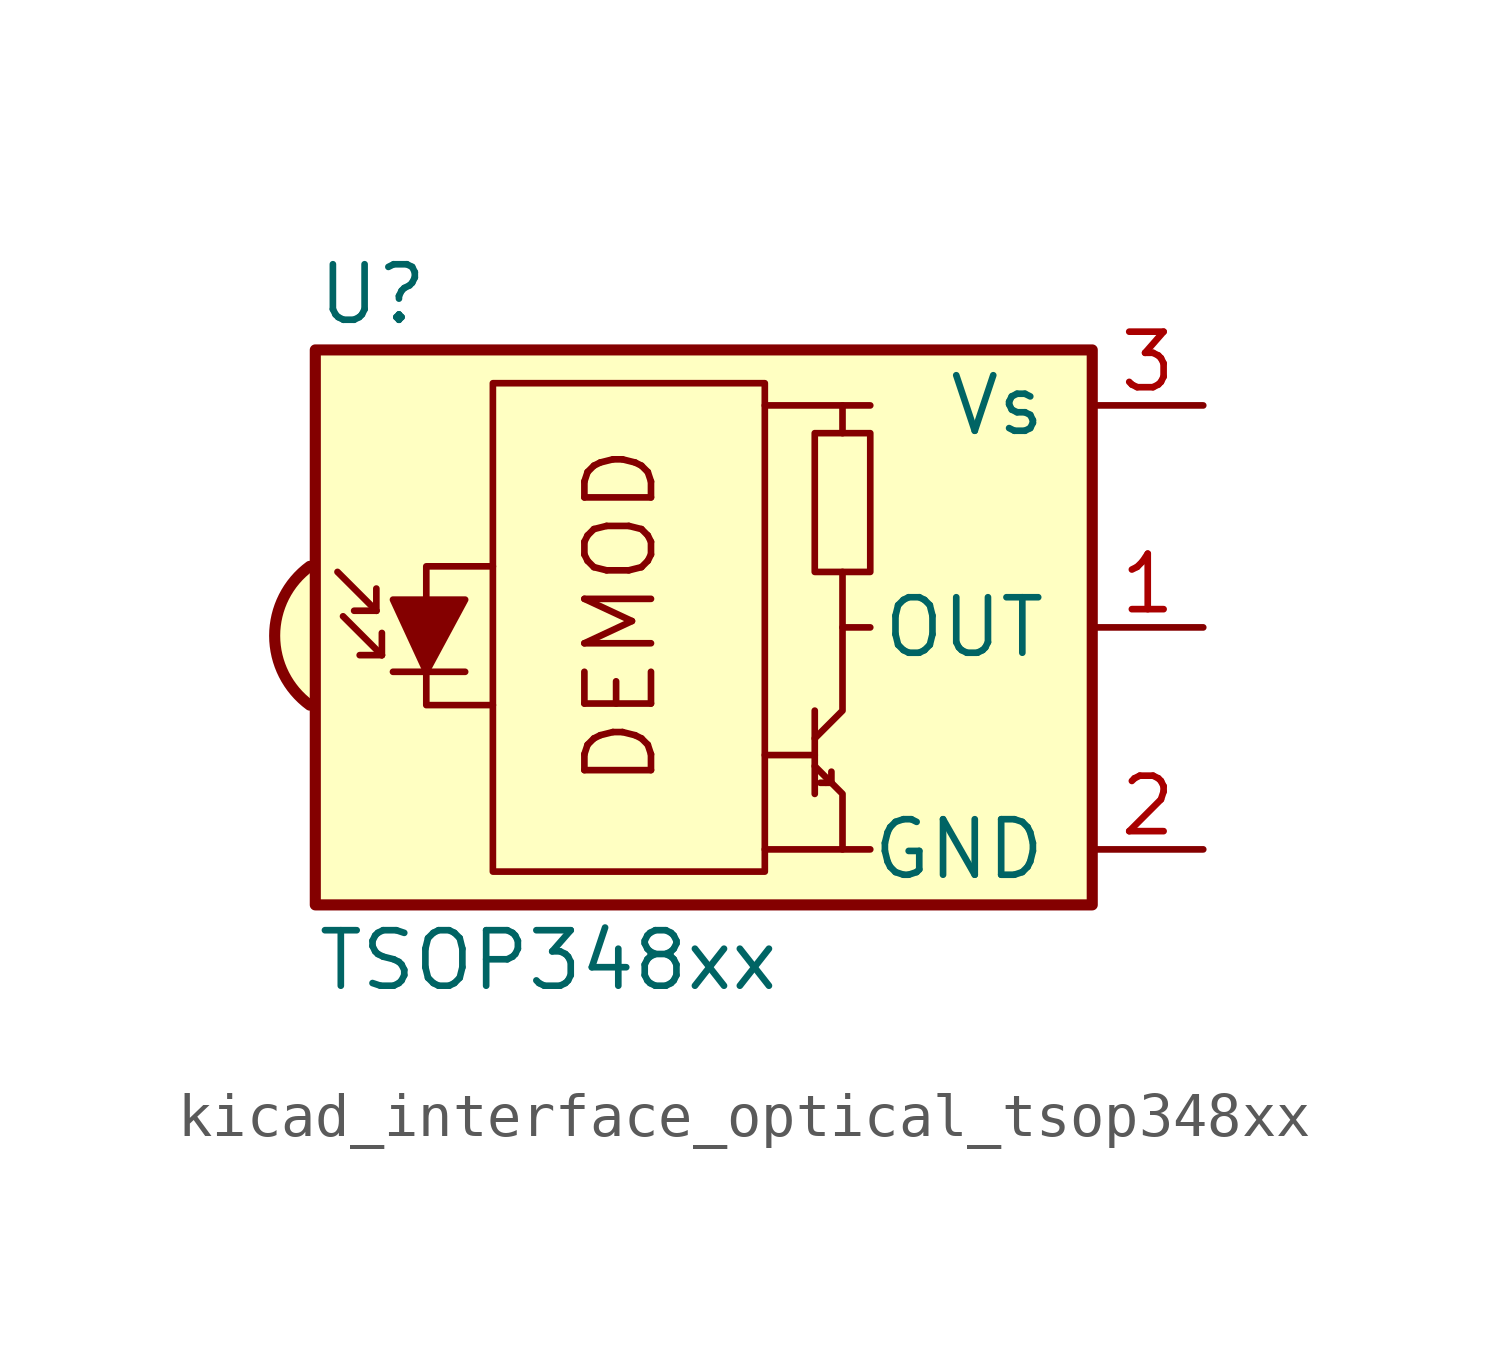
<source format=kicad_sym>
(kicad_symbol_lib
  (version 20220914)
  (generator kicad_symbol_editor)
  (symbol "kicad_interface_optical_tsop348xx"
    (pin_names
      (offset 1.016))
    (property "Reference" "U"
      (at -10.16 7.62 0)
      (effects (font (size 1.27 1.27)) (justify left)))
    (property "Value" "TSOP348xx"
      (at -10.16 -7.62 0)
      (effects (font (size 1.27 1.27)) (justify left)))
    (symbol "kicad_interface_optical_tsop348xx_0_0"
      (arc (start -10.287 1.397) (mid -11.0899 -0.1852) (end -10.287 -1.778) (stroke (width 0.254) (type default)) (fill (type background)))
      (polyline (pts (xy 1.905 -5.08) (xy 0.127 -5.08)) (stroke (width 0) (type default)) (fill (type none)))
      (polyline (pts (xy 1.905 5.08) (xy 0.127 5.08)) (stroke (width 0) (type default)) (fill (type none)))
      (text "DEMOD" (at -3.175 0.254 900) (effects (font (size 1.524 1.524)))))
    (symbol "kicad_interface_optical_tsop348xx_0_1"
      (rectangle (start -6.096 5.588) (end 0.127 -5.588) (stroke (width 0) (type default)) (fill (type none)))
      (polyline (pts (xy -8.763 0.381) (xy -9.652 1.27)) (stroke (width 0) (type default)) (fill (type none)))
      (polyline (pts (xy -8.763 0.381) (xy -9.271 0.381)) (stroke (width 0) (type default)) (fill (type none)))
      (polyline (pts (xy -8.763 0.381) (xy -8.763 0.889)) (stroke (width 0) (type default)) (fill (type none)))
      (polyline (pts (xy -8.636 -0.635) (xy -9.525 0.254)) (stroke (width 0) (type default)) (fill (type none)))
      (polyline (pts (xy -8.636 -0.635) (xy -9.144 -0.635)) (stroke (width 0) (type default)) (fill (type none)))
      (polyline (pts (xy -8.636 -0.635) (xy -8.636 -0.127)) (stroke (width 0) (type default)) (fill (type none)))
      (polyline (pts (xy -8.382 -1.016) (xy -6.731 -1.016)) (stroke (width 0) (type default)) (fill (type none)))
      (polyline (pts (xy 1.27 -2.921) (xy 0.127 -2.921)) (stroke (width 0) (type default)) (fill (type none)))
      (polyline (pts (xy 1.27 -1.905) (xy 1.27 -3.81)) (stroke (width 0) (type default)) (fill (type none)))
      (polyline (pts (xy 1.397 -3.556) (xy 1.524 -3.556)) (stroke (width 0) (type default)) (fill (type none)))
      (polyline (pts (xy 1.651 -3.556) (xy 1.524 -3.556)) (stroke (width 0) (type default)) (fill (type none)))
      (polyline (pts (xy 1.651 -3.556) (xy 1.651 -3.302)) (stroke (width 0) (type default)) (fill (type none)))
      (polyline (pts (xy 1.905 0) (xy 1.905 1.27)) (stroke (width 0) (type default)) (fill (type none)))
      (polyline (pts (xy 1.905 4.445) (xy 1.905 5.08) (xy 2.54 5.08)) (stroke (width 0) (type default)) (fill (type none)))
      (polyline (pts (xy -8.382 0.635) (xy -6.731 0.635) (xy -7.62 -1.016) (xy -8.382 0.635)) (stroke (width 0) (type default)) (fill (type outline)))
      (polyline (pts (xy -6.096 1.397) (xy -7.62 1.397) (xy -7.62 -1.778) (xy -6.096 -1.778)) (stroke (width 0) (type default)) (fill (type none)))
      (polyline (pts (xy 1.27 -3.175) (xy 1.905 -3.81) (xy 1.905 -5.08) (xy 2.54 -5.08)) (stroke (width 0) (type default)) (fill (type none)))
      (polyline (pts (xy 1.27 -2.54) (xy 1.905 -1.905) (xy 1.905 0) (xy 2.54 0)) (stroke (width 0) (type default)) (fill (type none)))
      (rectangle (start 2.54 1.27) (end 1.27 4.445) (stroke (width 0) (type default)) (fill (type none)))
      (rectangle (start 7.62 6.35) (end -10.16 -6.35) (stroke (width 0.254) (type default)) (fill (type background))))
    (symbol "kicad_interface_optical_tsop348xx_1_1"
      (pin output line (at 10.16 0 180) (length 2.54) (name "OUT" (effects (font (size 1.27 1.27)))) (number "1" (effects (font (size 1.27 1.27)))))
      (pin power_in line (at 10.16 -5.08 180) (length 2.54) (name "GND" (effects (font (size 1.27 1.27)))) (number "2" (effects (font (size 1.27 1.27)))))
      (pin power_in line (at 10.16 5.08 180) (length 2.54) (name "Vs" (effects (font (size 1.27 1.27)))) (number "3" (effects (font (size 1.27 1.27))))))))
</source>
